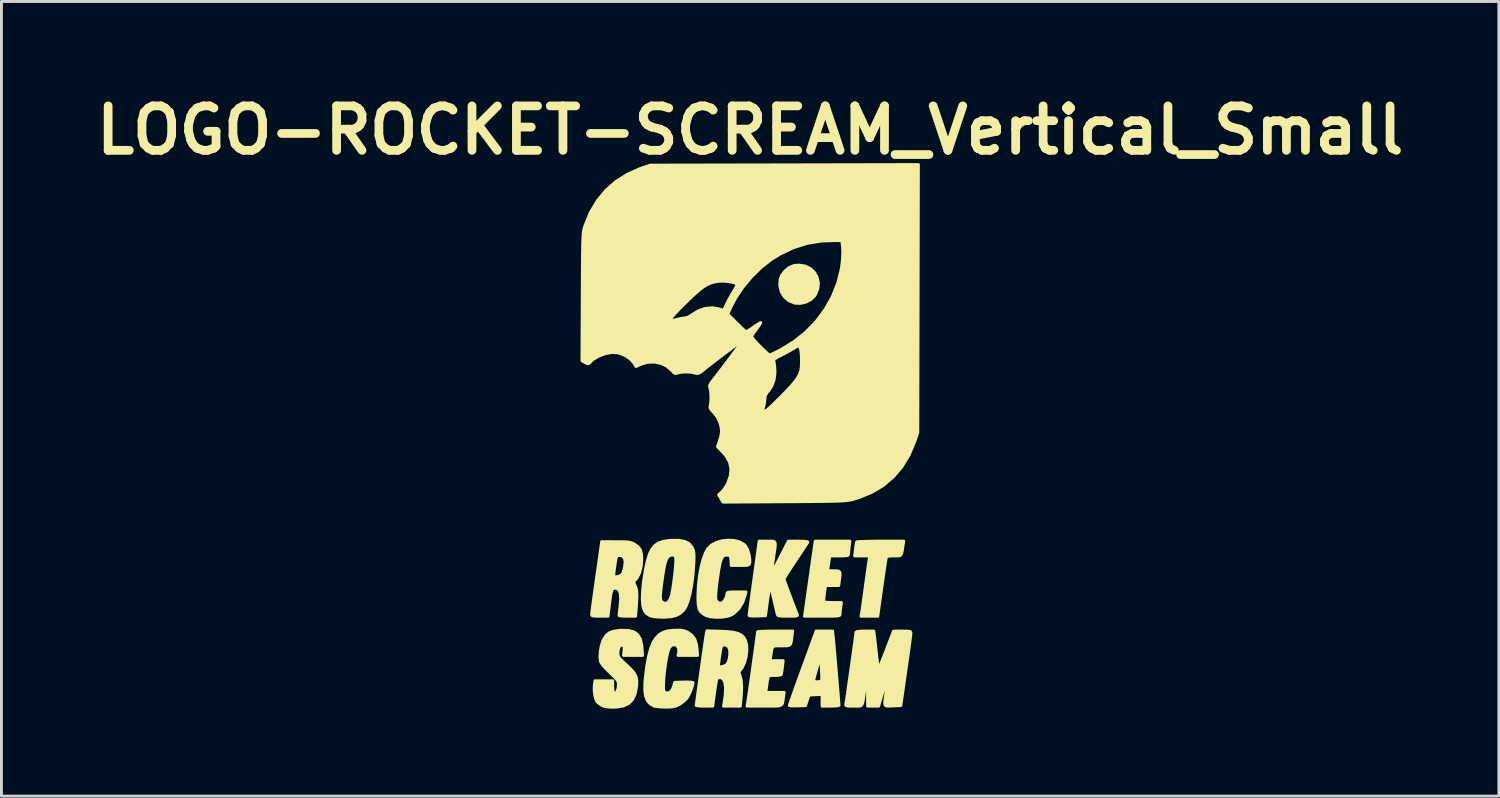
<source format=kicad_pcb>
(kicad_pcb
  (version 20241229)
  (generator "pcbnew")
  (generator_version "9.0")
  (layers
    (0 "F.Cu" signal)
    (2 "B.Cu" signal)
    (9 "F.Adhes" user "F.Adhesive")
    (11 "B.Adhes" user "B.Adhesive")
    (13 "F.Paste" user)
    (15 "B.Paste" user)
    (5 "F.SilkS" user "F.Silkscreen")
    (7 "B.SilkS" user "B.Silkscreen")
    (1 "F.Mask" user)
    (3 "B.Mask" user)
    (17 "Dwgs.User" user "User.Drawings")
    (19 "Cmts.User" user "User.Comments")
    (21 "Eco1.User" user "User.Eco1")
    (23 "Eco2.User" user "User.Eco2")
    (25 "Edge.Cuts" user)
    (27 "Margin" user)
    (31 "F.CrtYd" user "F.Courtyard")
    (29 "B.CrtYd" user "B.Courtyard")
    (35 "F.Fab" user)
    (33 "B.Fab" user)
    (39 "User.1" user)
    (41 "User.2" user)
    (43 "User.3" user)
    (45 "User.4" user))
  (footprint "LOGO-ROCKET-SCREAM_Vertical_Small"
    (layer "F.Cu")
    (at 22.686 12.213)
    (property "Reference" "LOGO-ROCKET-SCREAM_Vertical_Small" (at 0 -10.795 0) (layer "F.SilkS") (effects (font (size 1.524 1.524) (thickness 0.3))))
    (attr through_hole)
    (fp_poly (pts (xy 2.34 -5.568) (xy 2.326 -5.371) (xy 2.249 -5.174) (xy 2.207 -5.107) (xy 2.081 -4.986) (xy 1.912 -4.899) (xy 1.725 -4.854) (xy 1.544 -4.861) (xy 1.537 -4.862) (xy 1.333 -4.942) (xy 1.174 -5.076) (xy 1.066 -5.252) (xy 1.018 -5.462) (xy 1.016 -5.514) (xy 1.028 -5.678) (xy 1.074 -5.807) (xy 1.165 -5.932) (xy 1.193 -5.963) (xy 1.34 -6.088) (xy 1.503 -6.153) (xy 1.669 -6.169) (xy 1.883 -6.137) (xy 2.063 -6.05) (xy 2.203 -5.919) (xy 2.297 -5.754) (xy 2.34 -5.568)) (stroke (width 0.1) (type solid)) (fill yes) (layer "F.SilkS"))
    (fp_poly (pts (xy 5.268 3.302) (xy 5.245 3.456) (xy 5.22 3.618) (xy 5.199 3.721) (xy 5.17 3.779) (xy 5.122 3.804) (xy 5.042 3.81) (xy 4.934 3.81) (xy 4.798 3.813) (xy 4.719 3.825) (xy 4.679 3.849) (xy 4.668 3.873) (xy 4.658 3.925) (xy 4.64 4.039) (xy 4.615 4.204) (xy 4.585 4.411) (xy 4.551 4.649) (xy 4.514 4.908) (xy 4.378 5.878) (xy 4.09 5.878) (xy 3.802 5.878) (xy 3.823 5.76) (xy 3.834 5.691) (xy 3.853 5.561) (xy 3.878 5.384) (xy 3.907 5.172) (xy 3.94 4.936) (xy 3.955 4.826) (xy 3.988 4.585) (xy 4.019 4.363) (xy 4.046 4.172) (xy 4.067 4.024) (xy 4.082 3.931) (xy 4.086 3.91) (xy 4.106 3.81) (xy 3.846 3.81) (xy 3.585 3.81) (xy 3.611 3.583) (xy 3.627 3.461) (xy 3.643 3.368) (xy 3.653 3.329) (xy 3.692 3.321) (xy 3.794 3.314) (xy 3.946 3.309) (xy 4.14 3.304) (xy 4.363 3.302) (xy 4.468 3.302) (xy 5.268 3.302)) (stroke (width 0.1) (type solid)) (fill yes) (layer "F.SilkS"))
    (fp_poly (pts (xy 3.421 3.302) (xy 3.398 3.493) (xy 3.385 3.614) (xy 3.376 3.712) (xy 3.375 3.747) (xy 3.367 3.777) (xy 3.333 3.796) (xy 3.261 3.806) (xy 3.136 3.81) (xy 3.051 3.81) (xy 2.728 3.81) (xy 2.704 4) (xy 2.687 4.122) (xy 2.67 4.221) (xy 2.662 4.255) (xy 2.661 4.29) (xy 2.692 4.309) (xy 2.771 4.317) (xy 2.864 4.318) (xy 2.977 4.32) (xy 3.046 4.334) (xy 3.08 4.374) (xy 3.086 4.453) (xy 3.071 4.585) (xy 3.061 4.658) (xy 3.038 4.826) (xy 2.812 4.826) (xy 2.587 4.826) (xy 2.55 5.089) (xy 2.534 5.221) (xy 2.526 5.324) (xy 2.528 5.377) (xy 2.529 5.379) (xy 2.57 5.392) (xy 2.665 5.402) (xy 2.796 5.406) (xy 2.837 5.407) (xy 3.13 5.407) (xy 3.107 5.575) (xy 3.093 5.692) (xy 3.085 5.787) (xy 3.084 5.811) (xy 3.08 5.836) (xy 3.06 5.853) (xy 3.014 5.865) (xy 2.933 5.873) (xy 2.806 5.877) (xy 2.622 5.878) (xy 2.474 5.878) (xy 1.864 5.878) (xy 2.047 4.59) (xy 2.23 3.302) (xy 2.826 3.302) (xy 3.421 3.302)) (stroke (width 0.1) (type solid)) (fill yes) (layer "F.SilkS"))
    (fp_poly (pts (xy 3.048 8.936) (xy 3.015 8.948) (xy 2.926 8.958) (xy 2.799 8.962) (xy 2.758 8.963) (xy 2.467 8.963) (xy 2.467 8.761) (xy 2.467 8.56) (xy 2.455 8.561) (xy 2.455 8.03) (xy 2.454 7.921) (xy 2.448 7.774) (xy 2.44 7.64) (xy 2.413 7.243) (xy 2.295 7.646) (xy 2.248 7.809) (xy 2.21 7.948) (xy 2.185 8.047) (xy 2.177 8.089) (xy 2.208 8.116) (xy 2.279 8.127) (xy 2.363 8.122) (xy 2.43 8.103) (xy 2.45 8.083) (xy 2.455 8.03) (xy 2.455 8.561) (xy 2.244 8.571) (xy 2.02 8.582) (xy 1.959 8.763) (xy 1.899 8.944) (xy 1.621 8.955) (xy 1.489 8.957) (xy 1.391 8.951) (xy 1.344 8.941) (xy 1.343 8.937) (xy 1.355 8.898) (xy 1.389 8.798) (xy 1.443 8.646) (xy 1.513 8.448) (xy 1.597 8.214) (xy 1.693 7.949) (xy 1.797 7.663) (xy 1.803 7.648) (xy 2.263 6.386) (xy 2.544 6.386) (xy 2.826 6.386) (xy 2.846 6.54) (xy 2.853 6.604) (xy 2.864 6.727) (xy 2.88 6.899) (xy 2.898 7.108) (xy 2.918 7.345) (xy 2.94 7.599) (xy 2.962 7.858) (xy 2.983 8.112) (xy 3.003 8.35) (xy 3.02 8.562) (xy 3.034 8.736) (xy 3.043 8.862) (xy 3.048 8.93) (xy 3.048 8.936)) (stroke (width 0.1) (type solid)) (fill yes) (layer "F.SilkS"))
    (fp_poly (pts (xy 1.458 6.386) (xy 1.434 6.577) (xy 1.414 6.728) (xy 1.391 6.821) (xy 1.35 6.871) (xy 1.274 6.891) (xy 1.148 6.894) (xy 1.071 6.894) (xy 0.929 6.894) (xy 0.837 6.9) (xy 0.782 6.926) (xy 0.751 6.985) (xy 0.73 7.09) (xy 0.706 7.248) (xy 0.683 7.402) (xy 0.908 7.402) (xy 1.132 7.402) (xy 1.106 7.629) (xy 1.09 7.752) (xy 1.075 7.844) (xy 1.064 7.883) (xy 1.022 7.898) (xy 0.93 7.908) (xy 0.836 7.91) (xy 0.742 7.91) (xy 0.678 7.916) (xy 0.637 7.942) (xy 0.611 7.999) (xy 0.591 8.099) (xy 0.569 8.255) (xy 0.56 8.319) (xy 0.536 8.491) (xy 0.851 8.491) (xy 1.166 8.491) (xy 1.142 8.663) (xy 1.128 8.773) (xy 1.114 8.852) (xy 1.089 8.905) (xy 1.041 8.938) (xy 0.961 8.956) (xy 0.838 8.962) (xy 0.661 8.963) (xy 0.488 8.963) (xy -0.107 8.963) (xy -0.089 8.863) (xy -0.08 8.801) (xy -0.062 8.682) (xy -0.038 8.513) (xy -0.009 8.307) (xy 0.025 8.073) (xy 0.06 7.822) (xy 0.096 7.564) (xy 0.132 7.308) (xy 0.166 7.066) (xy 0.196 6.847) (xy 0.221 6.663) (xy 0.24 6.522) (xy 0.252 6.435) (xy 0.254 6.413) (xy 0.288 6.404) (xy 0.383 6.396) (xy 0.527 6.391) (xy 0.707 6.387) (xy 0.856 6.386) (xy 1.458 6.386)) (stroke (width 0.1) (type solid)) (fill yes) (layer "F.SilkS"))
    (fp_poly (pts (xy -1.804 7.221) (xy -2.14 7.221) (xy -2.475 7.221) (xy -2.453 7.133) (xy -2.449 7.03) (xy -2.466 6.951) (xy -2.526 6.875) (xy -2.612 6.852) (xy -2.702 6.881) (xy -2.773 6.961) (xy -2.812 7.068) (xy -2.852 7.232) (xy -2.891 7.437) (xy -2.924 7.667) (xy -2.951 7.907) (xy -2.963 8.074) (xy -2.972 8.244) (xy -2.973 8.356) (xy -2.964 8.426) (xy -2.944 8.468) (xy -2.923 8.49) (xy -2.841 8.518) (xy -2.755 8.486) (xy -2.678 8.403) (xy -2.628 8.29) (xy -2.588 8.146) (xy -2.274 8.136) (xy -2.133 8.134) (xy -2.025 8.14) (xy -1.966 8.151) (xy -1.959 8.157) (xy -1.976 8.248) (xy -2.017 8.376) (xy -2.073 8.512) (xy -2.134 8.632) (xy -2.158 8.671) (xy -2.248 8.77) (xy -2.368 8.866) (xy -2.428 8.903) (xy -2.53 8.953) (xy -2.625 8.981) (xy -2.74 8.994) (xy -2.902 8.997) (xy -2.908 8.997) (xy -3.061 8.991) (xy -3.196 8.979) (xy -3.288 8.963) (xy -3.302 8.958) (xy -3.434 8.882) (xy -3.529 8.77) (xy -3.589 8.616) (xy -3.616 8.412) (xy -3.612 8.152) (xy -3.596 7.973) (xy -3.547 7.583) (xy -3.488 7.259) (xy -3.418 6.996) (xy -3.335 6.788) (xy -3.237 6.629) (xy -3.121 6.513) (xy -3.058 6.47) (xy -2.95 6.416) (xy -2.838 6.383) (xy -2.694 6.365) (xy -2.598 6.359) (xy -2.439 6.355) (xy -2.326 6.362) (xy -2.235 6.386) (xy -2.142 6.429) (xy -1.996 6.531) (xy -1.898 6.667) (xy -1.841 6.849) (xy -1.823 6.987) (xy -1.804 7.221)) (stroke (width 0.1) (type solid)) (fill yes) (layer "F.SilkS"))
    (fp_poly (pts (xy -0.01 4.019) (xy -0.015 4.048) (xy -0.03 4.091) (xy -0.058 4.117) (xy -0.115 4.131) (xy -0.216 4.136) (xy -0.343 4.137) (xy -0.649 4.137) (xy -0.66 3.964) (xy -0.67 3.86) (xy -0.692 3.807) (xy -0.74 3.786) (xy -0.787 3.781) (xy -0.856 3.782) (xy -0.913 3.806) (xy -0.96 3.861) (xy -1.001 3.953) (xy -1.039 4.089) (xy -1.075 4.278) (xy -1.112 4.526) (xy -1.142 4.749) (xy -1.163 4.931) (xy -1.177 5.096) (xy -1.183 5.225) (xy -1.179 5.301) (xy -1.179 5.301) (xy -1.129 5.396) (xy -1.042 5.434) (xy -0.965 5.421) (xy -0.9 5.366) (xy -0.84 5.27) (xy -0.803 5.163) (xy -0.798 5.118) (xy -0.793 5.083) (xy -0.769 5.061) (xy -0.711 5.049) (xy -0.607 5.044) (xy -0.471 5.044) (xy -0.144 5.044) (xy -0.167 5.144) (xy -0.256 5.404) (xy -0.388 5.619) (xy -0.558 5.78) (xy -0.671 5.846) (xy -0.815 5.889) (xy -0.997 5.912) (xy -1.19 5.915) (xy -1.37 5.896) (xy -1.509 5.857) (xy -1.521 5.851) (xy -1.63 5.787) (xy -1.706 5.714) (xy -1.755 5.619) (xy -1.782 5.488) (xy -1.792 5.307) (xy -1.792 5.159) (xy -1.777 4.821) (xy -1.74 4.493) (xy -1.685 4.188) (xy -1.615 3.918) (xy -1.531 3.696) (xy -1.451 3.556) (xy -1.327 3.435) (xy -1.158 3.346) (xy -0.962 3.289) (xy -0.753 3.267) (xy -0.548 3.279) (xy -0.364 3.326) (xy -0.215 3.41) (xy -0.146 3.482) (xy -0.088 3.595) (xy -0.042 3.742) (xy -0.014 3.893) (xy -0.01 4.019)) (stroke (width 0.1) (type solid)) (fill yes) (layer "F.SilkS"))
    (fp_poly (pts (xy -1.926 3.795) (xy -1.927 3.94) (xy -1.934 4.098) (xy -1.96 4.451) (xy -2.001 4.78) (xy -2.055 5.074) (xy -2.119 5.325) (xy -2.193 5.524) (xy -2.272 5.659) (xy -2.276 5.663) (xy -2.398 5.778) (xy -2.544 5.855) (xy -2.55 5.856) (xy -2.55 3.916) (xy -2.554 3.87) (xy -2.582 3.8) (xy -2.634 3.778) (xy -2.695 3.781) (xy -2.767 3.799) (xy -2.825 3.846) (xy -2.874 3.929) (xy -2.916 4.056) (xy -2.956 4.236) (xy -2.995 4.477) (xy -3.01 4.581) (xy -3.044 4.83) (xy -3.066 5.017) (xy -3.078 5.154) (xy -3.079 5.249) (xy -3.07 5.314) (xy -3.05 5.358) (xy -3.027 5.386) (xy -2.941 5.438) (xy -2.853 5.419) (xy -2.798 5.374) (xy -2.749 5.298) (xy -2.706 5.184) (xy -2.692 5.129) (xy -2.663 4.974) (xy -2.634 4.787) (xy -2.607 4.584) (xy -2.583 4.38) (xy -2.564 4.19) (xy -2.553 4.031) (xy -2.55 3.916) (xy -2.55 5.856) (xy -2.729 5.898) (xy -2.967 5.912) (xy -2.994 5.912) (xy -3.187 5.905) (xy -3.343 5.886) (xy -3.437 5.861) (xy -3.558 5.784) (xy -3.639 5.67) (xy -3.685 5.51) (xy -3.701 5.292) (xy -3.701 5.27) (xy -3.695 5.095) (xy -3.679 4.884) (xy -3.656 4.674) (xy -3.645 4.599) (xy -3.588 4.253) (xy -3.527 3.972) (xy -3.458 3.75) (xy -3.376 3.58) (xy -3.275 3.456) (xy -3.151 3.369) (xy -2.998 3.314) (xy -2.812 3.283) (xy -2.682 3.273) (xy -2.432 3.275) (xy -2.24 3.312) (xy -2.098 3.386) (xy -2 3.501) (xy -1.979 3.54) (xy -1.95 3.612) (xy -1.933 3.691) (xy -1.926 3.795)) (stroke (width 0.1) (type solid)) (fill yes) (layer "F.SilkS"))
    (fp_poly (pts (xy -3.691 7.221) (xy -4.018 7.221) (xy -4.345 7.221) (xy -4.327 7.058) (xy -4.321 6.952) (xy -4.336 6.896) (xy -4.373 6.871) (xy -4.445 6.875) (xy -4.5 6.94) (xy -4.531 7.055) (xy -4.536 7.133) (xy -4.533 7.204) (xy -4.516 7.263) (xy -4.478 7.323) (xy -4.407 7.399) (xy -4.294 7.504) (xy -4.248 7.545) (xy -4.088 7.698) (xy -3.98 7.826) (xy -3.917 7.946) (xy -3.89 8.075) (xy -3.891 8.23) (xy -3.896 8.287) (xy -3.944 8.538) (xy -4.031 8.731) (xy -4.163 8.868) (xy -4.343 8.955) (xy -4.577 8.995) (xy -4.698 8.999) (xy -4.873 8.993) (xy -4.996 8.974) (xy -5.086 8.939) (xy -5.098 8.932) (xy -5.186 8.871) (xy -5.249 8.815) (xy -5.251 8.813) (xy -5.297 8.719) (xy -5.332 8.581) (xy -5.351 8.424) (xy -5.349 8.276) (xy -5.347 8.257) (xy -5.324 8.092) (xy -5.021 8.092) (xy -4.717 8.092) (xy -4.717 8.289) (xy -4.71 8.403) (xy -4.693 8.486) (xy -4.677 8.511) (xy -4.62 8.513) (xy -4.568 8.457) (xy -4.533 8.358) (xy -4.521 8.257) (xy -4.522 8.183) (xy -4.533 8.123) (xy -4.565 8.065) (xy -4.625 7.994) (xy -4.724 7.896) (xy -4.815 7.81) (xy -4.959 7.666) (xy -5.066 7.544) (xy -5.127 7.452) (xy -5.137 7.426) (xy -5.153 7.273) (xy -5.142 7.084) (xy -5.108 6.891) (xy -5.055 6.723) (xy -5.039 6.687) (xy -4.953 6.55) (xy -4.846 6.455) (xy -4.703 6.396) (xy -4.511 6.366) (xy -4.412 6.359) (xy -4.172 6.366) (xy -3.99 6.414) (xy -3.858 6.509) (xy -3.77 6.656) (xy -3.721 6.861) (xy -3.709 6.97) (xy -3.691 7.221)) (stroke (width 0.1) (type solid)) (fill yes) (layer "F.SilkS"))
    (fp_poly (pts (xy -0.113 7.055) (xy -0.138 7.265) (xy -0.192 7.467) (xy -0.271 7.637) (xy -0.329 7.713) (xy -0.373 7.769) (xy -0.38 7.821) (xy -0.353 7.902) (xy -0.345 7.921) (xy -0.307 8.072) (xy -0.292 8.284) (xy -0.301 8.561) (xy -0.314 8.718) (xy -0.337 8.963) (xy -0.626 8.963) (xy -0.697 8.963) (xy -0.697 7.163) (xy -0.706 7.029) (xy -0.742 6.933) (xy -0.749 6.924) (xy -0.832 6.868) (xy -0.916 6.861) (xy -0.979 6.901) (xy -0.996 6.94) (xy -1.011 7.022) (xy -1.03 7.144) (xy -1.051 7.284) (xy -1.07 7.419) (xy -1.083 7.527) (xy -1.089 7.586) (xy -1.06 7.61) (xy -0.99 7.609) (xy -0.904 7.588) (xy -0.828 7.552) (xy -0.805 7.534) (xy -0.749 7.44) (xy -0.712 7.308) (xy -0.697 7.163) (xy -0.697 8.963) (xy -0.915 8.963) (xy -0.894 8.845) (xy -0.855 8.565) (xy -0.846 8.336) (xy -0.867 8.16) (xy -0.917 8.043) (xy -0.996 7.987) (xy -1.03 7.983) (xy -1.106 7.994) (xy -1.139 8.013) (xy -1.151 8.059) (xy -1.17 8.161) (xy -1.193 8.307) (xy -1.218 8.48) (xy -1.221 8.503) (xy -1.284 8.963) (xy -1.568 8.963) (xy -1.7 8.96) (xy -1.8 8.952) (xy -1.848 8.941) (xy -1.851 8.938) (xy -1.846 8.893) (xy -1.832 8.786) (xy -1.811 8.628) (xy -1.784 8.43) (xy -1.752 8.2) (xy -1.717 7.951) (xy -1.681 7.691) (xy -1.645 7.432) (xy -1.609 7.183) (xy -1.577 6.956) (xy -1.549 6.76) (xy -1.526 6.605) (xy -1.51 6.502) (xy -1.504 6.464) (xy -1.484 6.378) (xy -1.005 6.393) (xy -0.744 6.407) (xy -0.545 6.433) (xy -0.396 6.474) (xy -0.288 6.535) (xy -0.21 6.619) (xy -0.164 6.699) (xy -0.12 6.858) (xy -0.113 7.055)) (stroke (width 0.1) (type solid)) (fill yes) (layer "F.SilkS"))
    (fp_poly (pts (xy 1.973 3.347) (xy 1.973 3.347) (xy 1.945 3.391) (xy 1.884 3.484) (xy 1.796 3.618) (xy 1.687 3.781) (xy 1.565 3.965) (xy 1.554 3.982) (xy 1.432 4.165) (xy 1.326 4.328) (xy 1.242 4.462) (xy 1.185 4.556) (xy 1.161 4.601) (xy 1.161 4.602) (xy 1.173 4.643) (xy 1.207 4.738) (xy 1.257 4.876) (xy 1.32 5.044) (xy 1.389 5.229) (xy 1.461 5.419) (xy 1.531 5.6) (xy 1.594 5.761) (xy 1.615 5.815) (xy 1.621 5.844) (xy 1.601 5.863) (xy 1.544 5.873) (xy 1.437 5.877) (xy 1.294 5.878) (xy 1.131 5.877) (xy 1.026 5.87) (xy 0.966 5.856) (xy 0.938 5.832) (xy 0.931 5.815) (xy 0.916 5.755) (xy 0.889 5.642) (xy 0.854 5.492) (xy 0.817 5.334) (xy 0.777 5.163) (xy 0.741 5.012) (xy 0.713 4.899) (xy 0.698 4.844) (xy 0.685 4.851) (xy 0.666 4.921) (xy 0.641 5.046) (xy 0.614 5.218) (xy 0.6 5.316) (xy 0.526 5.86) (xy 0.245 5.871) (xy 0.112 5.872) (xy 0.013 5.867) (xy -0.036 5.856) (xy -0.038 5.853) (xy -0.034 5.811) (xy -0.021 5.706) (xy 0.000173 5.546) (xy 0.028 5.339) (xy 0.061 5.094) (xy 0.099 4.819) (xy 0.134 4.563) (xy 0.308 3.302) (xy 0.59 3.302) (xy 0.7 3.301) (xy 0.779 3.303) (xy 0.83 3.319) (xy 0.857 3.36) (xy 0.863 3.435) (xy 0.851 3.554) (xy 0.825 3.727) (xy 0.799 3.9) (xy 0.774 4.075) (xy 0.755 4.223) (xy 0.743 4.329) (xy 0.74 4.379) (xy 0.741 4.381) (xy 0.76 4.355) (xy 0.807 4.273) (xy 0.875 4.148) (xy 0.958 3.989) (xy 1.031 3.847) (xy 1.31 3.302) (xy 1.655 3.302) (xy 1.82 3.304) (xy 1.922 3.312) (xy 1.97 3.325) (xy 1.973 3.347)) (stroke (width 0.1) (type solid)) (fill yes) (layer "F.SilkS"))
    (fp_poly (pts (xy -3.719 3.915) (xy -3.738 4.169) (xy -3.792 4.387) (xy -3.876 4.555) (xy -3.915 4.603) (xy -3.975 4.671) (xy -3.99 4.722) (xy -3.965 4.79) (xy -3.946 4.828) (xy -3.913 4.91) (xy -3.893 5.009) (xy -3.885 5.137) (xy -3.889 5.309) (xy -3.903 5.536) (xy -3.906 5.579) (xy -3.93 5.878) (xy -4.215 5.878) (xy -4.289 5.876) (xy -4.289 4.014) (xy -4.316 3.885) (xy -4.388 3.811) (xy -4.482 3.792) (xy -4.536 3.795) (xy -4.57 3.813) (xy -4.593 3.86) (xy -4.613 3.953) (xy -4.632 4.082) (xy -4.66 4.272) (xy -4.675 4.401) (xy -4.676 4.48) (xy -4.661 4.52) (xy -4.629 4.531) (xy -4.578 4.524) (xy -4.563 4.521) (xy -4.467 4.491) (xy -4.4 4.452) (xy -4.4 4.452) (xy -4.367 4.392) (xy -4.332 4.288) (xy -4.31 4.196) (xy -4.289 4.014) (xy -4.289 5.876) (xy -4.348 5.875) (xy -4.448 5.867) (xy -4.497 5.855) (xy -4.499 5.851) (xy -4.495 5.805) (xy -4.484 5.705) (xy -4.468 5.57) (xy -4.461 5.515) (xy -4.443 5.273) (xy -4.456 5.094) (xy -4.501 4.978) (xy -4.578 4.923) (xy -4.624 4.917) (xy -4.675 4.921) (xy -4.713 4.939) (xy -4.742 4.983) (xy -4.766 5.061) (xy -4.789 5.186) (xy -4.813 5.366) (xy -4.829 5.495) (xy -4.876 5.878) (xy -5.159 5.878) (xy -5.303 5.876) (xy -5.388 5.868) (xy -5.43 5.851) (xy -5.441 5.821) (xy -5.441 5.815) (xy -5.436 5.765) (xy -5.421 5.652) (xy -5.399 5.485) (xy -5.37 5.272) (xy -5.336 5.023) (xy -5.297 4.747) (xy -5.267 4.536) (xy -5.095 3.32) (xy -4.607 3.321) (xy -4.405 3.322) (xy -4.26 3.327) (xy -4.158 3.337) (xy -4.081 3.354) (xy -4.015 3.382) (xy -3.968 3.407) (xy -3.846 3.493) (xy -3.769 3.595) (xy -3.73 3.731) (xy -3.719 3.915)) (stroke (width 0.1) (type solid)) (fill yes) (layer "F.SilkS"))
    (fp_poly (pts (xy 5.514 6.468) (xy 5.509 6.523) (xy 5.494 6.64) (xy 5.472 6.811) (xy 5.442 7.026) (xy 5.408 7.277) (xy 5.368 7.554) (xy 5.341 7.747) (xy 5.169 8.944) (xy 4.889 8.955) (xy 4.777 8.961) (xy 4.698 8.961) (xy 4.647 8.946) (xy 4.621 8.906) (xy 4.616 8.83) (xy 4.629 8.709) (xy 4.655 8.532) (xy 4.678 8.382) (xy 4.702 8.21) (xy 4.722 8.066) (xy 4.733 7.965) (xy 4.736 7.919) (xy 4.736 7.918) (xy 4.722 7.946) (xy 4.691 8.033) (xy 4.647 8.168) (xy 4.592 8.342) (xy 4.532 8.542) (xy 4.475 8.736) (xy 4.409 8.962) (xy 4.218 8.963) (xy 4.028 8.963) (xy 4.028 8.43) (xy 4.027 8.245) (xy 4.024 8.089) (xy 4.02 7.976) (xy 4.015 7.918) (xy 4.013 7.913) (xy 4.002 7.953) (xy 3.984 8.05) (xy 3.962 8.189) (xy 3.939 8.346) (xy 3.908 8.57) (xy 3.884 8.733) (xy 3.862 8.844) (xy 3.834 8.912) (xy 3.796 8.949) (xy 3.74 8.963) (xy 3.661 8.964) (xy 3.553 8.963) (xy 3.552 8.963) (xy 3.409 8.962) (xy 3.325 8.956) (xy 3.286 8.941) (xy 3.277 8.913) (xy 3.283 8.881) (xy 3.292 8.826) (xy 3.31 8.711) (xy 3.334 8.546) (xy 3.364 8.342) (xy 3.397 8.109) (xy 3.433 7.857) (xy 3.47 7.597) (xy 3.506 7.34) (xy 3.54 7.095) (xy 3.57 6.874) (xy 3.596 6.685) (xy 3.615 6.541) (xy 3.626 6.452) (xy 3.629 6.427) (xy 3.664 6.404) (xy 3.77 6.391) (xy 3.935 6.386) (xy 4.241 6.386) (xy 4.262 6.54) (xy 4.274 6.635) (xy 4.291 6.783) (xy 4.311 6.964) (xy 4.333 7.159) (xy 4.335 7.18) (xy 4.355 7.359) (xy 4.374 7.51) (xy 4.389 7.621) (xy 4.4 7.676) (xy 4.401 7.679) (xy 4.418 7.652) (xy 4.456 7.566) (xy 4.512 7.433) (xy 4.58 7.262) (xy 4.658 7.063) (xy 4.666 7.041) (xy 4.917 6.388) (xy 5.216 6.387) (xy 5.363 6.388) (xy 5.452 6.394) (xy 5.497 6.408) (xy 5.513 6.436) (xy 5.514 6.468)) (stroke (width 0.1) (type solid)) (fill yes) (layer "F.SilkS"))
    (fp_poly (pts (xy 5.771 -9.617) (xy 5.761 -5.017) (xy 5.751 -0.417) (xy 5.633 -0.078) (xy 5.443 0.366) (xy 5.2 0.76) (xy 4.907 1.102) (xy 4.565 1.392) (xy 4.174 1.627) (xy 3.738 1.807) (xy 3.574 1.857) (xy 3.511 1.874) (xy 3.449 1.888) (xy 3.382 1.901) (xy 3.304 1.911) (xy 3.209 1.919) (xy 3.176 1.921) (xy 3.176 -6.593) (xy 3.172 -6.749) (xy 3.17 -6.78) (xy 3.147 -7.003) (xy 2.979 -7.009) (xy 2.454 -6.995) (xy 1.954 -6.913) (xy 1.476 -6.762) (xy 1.017 -6.542) (xy 0.708 -6.348) (xy 0.367 -6.079) (xy 0.043 -5.76) (xy -0.25 -5.407) (xy -0.453 -5.105) (xy -0.453 -5.514) (xy -0.507 -5.548) (xy -0.613 -5.579) (xy -0.751 -5.603) (xy -0.899 -5.616) (xy -1.037 -5.616) (xy -1.054 -5.614) (xy -1.204 -5.594) (xy -1.341 -5.558) (xy -1.474 -5.499) (xy -1.614 -5.412) (xy -1.771 -5.291) (xy -1.954 -5.128) (xy -2.173 -4.918) (xy -2.217 -4.875) (xy -2.41 -4.682) (xy -2.553 -4.533) (xy -2.651 -4.424) (xy -2.706 -4.351) (xy -2.723 -4.308) (xy -2.72 -4.298) (xy -2.68 -4.274) (xy -2.61 -4.279) (xy -2.515 -4.304) (xy -2.39 -4.335) (xy -2.275 -4.353) (xy -2.242 -4.354) (xy -2.138 -4.38) (xy -2.021 -4.447) (xy -2.003 -4.462) (xy -1.779 -4.601) (xy -1.537 -4.683) (xy -1.291 -4.704) (xy -1.081 -4.669) (xy -0.91 -4.616) (xy -0.804 -4.844) (xy -0.723 -5.003) (xy -0.628 -5.174) (xy -0.566 -5.277) (xy -0.502 -5.385) (xy -0.461 -5.47) (xy -0.453 -5.514) (xy -0.453 -5.105) (xy -0.497 -5.038) (xy -0.656 -4.735) (xy -0.768 -4.489) (xy -0.466 -4.186) (xy -0.346 -4.067) (xy -0.244 -3.97) (xy -0.171 -3.905) (xy -0.139 -3.883) (xy -0.098 -3.902) (xy -0.015 -3.954) (xy 0.095 -4.027) (xy 0.125 -4.049) (xy 0.235 -4.123) (xy 0.318 -4.174) (xy 0.36 -4.194) (xy 0.363 -4.192) (xy 0.343 -4.154) (xy 0.291 -4.075) (xy 0.224 -3.981) (xy 0.148 -3.875) (xy 0.086 -3.787) (xy 0.057 -3.743) (xy 0.063 -3.698) (xy 0.118 -3.618) (xy 0.224 -3.498) (xy 0.33 -3.389) (xy 0.451 -3.27) (xy 0.555 -3.173) (xy 0.631 -3.107) (xy 0.666 -3.084) (xy 0.71 -3.1) (xy 0.803 -3.143) (xy 0.931 -3.207) (xy 1.056 -3.271) (xy 1.504 -3.544) (xy 1.909 -3.868) (xy 2.265 -4.237) (xy 2.57 -4.645) (xy 2.818 -5.086) (xy 3.005 -5.553) (xy 3.126 -6.041) (xy 3.153 -6.226) (xy 3.169 -6.407) (xy 3.176 -6.593) (xy 3.176 1.921) (xy 3.09 1.926) (xy 2.941 1.932) (xy 2.756 1.936) (xy 2.528 1.94) (xy 2.251 1.943) (xy 1.92 1.946) (xy 1.76 1.947) (xy 1.76 -2.903) (xy 1.754 -3.099) (xy 1.738 -3.245) (xy 1.713 -3.33) (xy 1.666 -3.413) (xy 1.513 -3.319) (xy 1.407 -3.258) (xy 1.264 -3.179) (xy 1.11 -3.098) (xy 1.077 -3.081) (xy 0.942 -3.011) (xy 0.86 -2.962) (xy 0.82 -2.923) (xy 0.81 -2.882) (xy 0.821 -2.828) (xy 0.823 -2.82) (xy 0.839 -2.72) (xy 0.848 -2.582) (xy 0.851 -2.467) (xy 0.823 -2.246) (xy 0.75 -2.036) (xy 0.643 -1.861) (xy 0.584 -1.8) (xy 0.52 -1.693) (xy 0.508 -1.6) (xy 0.497 -1.473) (xy 0.472 -1.34) (xy 0.469 -1.33) (xy 0.444 -1.226) (xy 0.439 -1.159) (xy 0.459 -1.133) (xy 0.508 -1.149) (xy 0.59 -1.209) (xy 0.71 -1.316) (xy 0.873 -1.473) (xy 1.014 -1.613) (xy 1.234 -1.836) (xy 1.404 -2.018) (xy 1.529 -2.166) (xy 1.616 -2.285) (xy 1.657 -2.355) (xy 1.707 -2.461) (xy 1.737 -2.556) (xy 1.753 -2.663) (xy 1.759 -2.807) (xy 1.76 -2.903) (xy 1.76 1.947) (xy 1.527 1.949) (xy 1.175 1.951) (xy -0.933 1.964) (xy -1.008 1.838) (xy -1.082 1.713) (xy -0.972 1.609) (xy -0.891 1.514) (xy -0.81 1.388) (xy -0.776 1.325) (xy -0.683 1.064) (xy -0.66 0.823) (xy -0.706 0.598) (xy -0.822 0.386) (xy -0.929 0.26) (xy -1.122 0.061) (xy -1.051 -0.15) (xy -1 -0.326) (xy -0.983 -0.472) (xy -1.001 -0.621) (xy -1.037 -0.759) (xy -1.129 -0.96) (xy -1.248 -1.104) (xy -1.338 -1.203) (xy -1.377 -1.273) (xy -1.375 -1.328) (xy -1.356 -1.422) (xy -1.347 -1.559) (xy -1.348 -1.71) (xy -1.359 -1.849) (xy -1.38 -1.944) (xy -1.395 -2.004) (xy -1.384 -2.062) (xy -1.339 -2.137) (xy -1.27 -2.228) (xy -1.187 -2.333) (xy -1.08 -2.472) (xy -0.956 -2.635) (xy -0.823 -2.81) (xy -0.688 -2.989) (xy -0.56 -3.16) (xy -0.447 -3.312) (xy -0.355 -3.437) (xy -0.294 -3.522) (xy -0.271 -3.556) (xy -0.257 -3.591) (xy -0.29 -3.573) (xy -0.292 -3.571) (xy -0.339 -3.536) (xy -0.432 -3.466) (xy -0.56 -3.37) (xy -0.712 -3.257) (xy -0.798 -3.192) (xy -0.982 -3.054) (xy -1.171 -2.909) (xy -1.346 -2.774) (xy -1.486 -2.663) (xy -1.516 -2.639) (xy -1.641 -2.539) (xy -1.726 -2.479) (xy -1.786 -2.451) (xy -1.837 -2.449) (xy -1.893 -2.464) (xy -2.026 -2.492) (xy -2.191 -2.502) (xy -2.354 -2.494) (xy -2.482 -2.469) (xy -2.489 -2.466) (xy -2.556 -2.449) (xy -2.608 -2.466) (xy -2.671 -2.53) (xy -2.691 -2.554) (xy -2.856 -2.699) (xy -3.061 -2.796) (xy -3.29 -2.842) (xy -3.525 -2.832) (xy -3.745 -2.767) (xy -3.916 -2.69) (xy -3.993 -2.815) (xy -4.104 -2.939) (xy -4.263 -3.05) (xy -4.449 -3.132) (xy -4.564 -3.162) (xy -4.759 -3.169) (xy -4.976 -3.127) (xy -5.191 -3.047) (xy -5.381 -2.936) (xy -5.511 -2.818) (xy -5.549 -2.785) (xy -5.599 -2.791) (xy -5.664 -2.824) (xy -5.771 -2.885) (xy -5.761 -5.08) (xy -5.759 -5.534) (xy -5.756 -5.921) (xy -5.754 -6.247) (xy -5.752 -6.519) (xy -5.748 -6.743) (xy -5.744 -6.924) (xy -5.739 -7.068) (xy -5.733 -7.182) (xy -5.725 -7.272) (xy -5.715 -7.343) (xy -5.704 -7.401) (xy -5.69 -7.453) (xy -5.673 -7.505) (xy -5.665 -7.529) (xy -5.48 -7.98) (xy -5.24 -8.382) (xy -4.949 -8.735) (xy -4.605 -9.036) (xy -4.211 -9.286) (xy -3.768 -9.483) (xy -3.683 -9.512) (xy -3.429 -9.598) (xy 1.171 -9.607) (xy 5.771 -9.617)) (stroke (width 0.1) (type solid)) (fill yes) (layer "F.SilkS")))
  (gr_rect
    (start -3 -3)
    (end 48.372 24.262)
    (stroke (width 0.1) (type default))
    (fill no)
    (layer "Edge.Cuts")))
</source>
